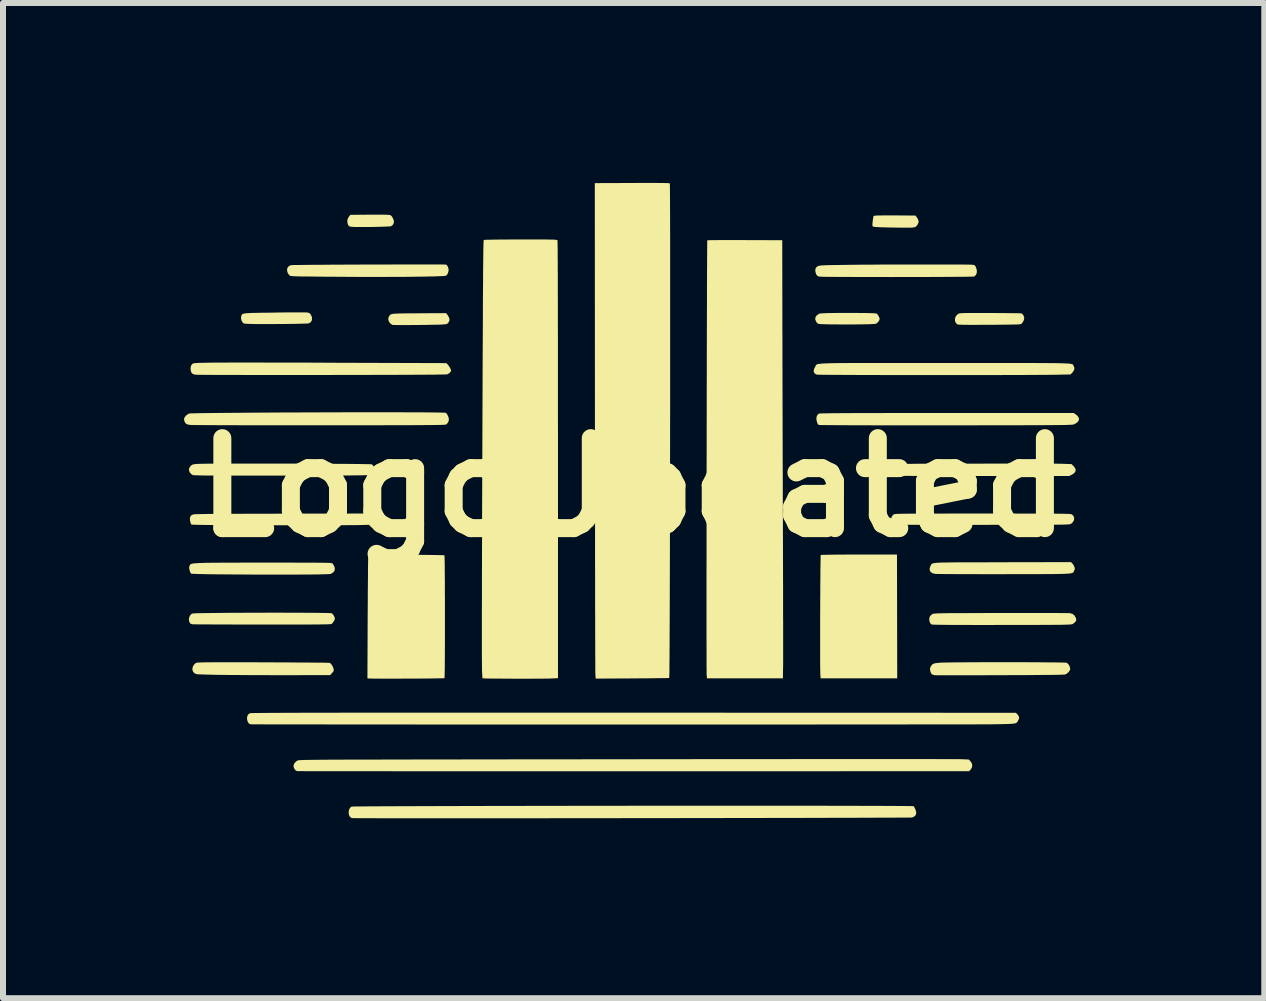
<source format=kicad_pcb>
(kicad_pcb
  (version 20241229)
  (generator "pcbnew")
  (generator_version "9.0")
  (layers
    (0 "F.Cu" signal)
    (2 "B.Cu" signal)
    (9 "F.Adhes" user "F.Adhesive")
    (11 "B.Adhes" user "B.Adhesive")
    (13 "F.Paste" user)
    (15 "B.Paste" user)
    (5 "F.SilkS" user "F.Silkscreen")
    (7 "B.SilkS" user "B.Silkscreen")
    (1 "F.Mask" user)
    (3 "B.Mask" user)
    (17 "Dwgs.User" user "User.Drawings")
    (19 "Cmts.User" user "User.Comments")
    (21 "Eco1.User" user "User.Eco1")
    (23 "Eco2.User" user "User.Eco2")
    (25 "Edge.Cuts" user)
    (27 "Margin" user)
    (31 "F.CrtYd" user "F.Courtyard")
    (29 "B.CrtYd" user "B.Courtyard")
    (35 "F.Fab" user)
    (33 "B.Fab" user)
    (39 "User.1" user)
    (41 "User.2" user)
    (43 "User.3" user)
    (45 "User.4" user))
  (footprint "LogoUpdated"
    (layer "F.Cu")
    (at 7.514 5.077)
    (property "Reference" "LogoUpdated" (at 0 0 0) (layer "F.SilkS") (effects (font (size 1.5 1.5) (thickness 0.3))))
    (attr board_only exclude_from_pos_files exclude_from_bom)
    (fp_poly (pts (xy -4.182 -4.548) (xy -4.137 -4.547) (xy -4.103 -4.546) (xy -4.078 -4.544) (xy -4.062 -4.542) (xy -4.053 -4.539) (xy -4.053 -4.539) (xy -4.035 -4.524) (xy -4.018 -4.498) (xy -4.004 -4.468) (xy -3.996 -4.44) (xy -3.996 -4.433) (xy -4.002 -4.399) (xy -4.02 -4.372) (xy -4.046 -4.355) (xy -4.047 -4.355) (xy -4.061 -4.353) (xy -4.09 -4.351) (xy -4.13 -4.349) (xy -4.18 -4.347) (xy -4.237 -4.346) (xy -4.299 -4.344) (xy -4.363 -4.343) (xy -4.428 -4.342) (xy -4.491 -4.342) (xy -4.55 -4.342) (xy -4.602 -4.342) (xy -4.646 -4.342) (xy -4.679 -4.344) (xy -4.694 -4.345) (xy -4.725 -4.349) (xy -4.744 -4.356) (xy -4.756 -4.37) (xy -4.766 -4.394) (xy -4.769 -4.404) (xy -4.774 -4.444) (xy -4.765 -4.484) (xy -4.742 -4.522) (xy -4.741 -4.523) (xy -4.722 -4.545) (xy -4.397 -4.548) (xy -4.311 -4.548) (xy -4.24 -4.548)) (stroke (width 0) (type solid)) (fill yes) (layer "F.SilkS"))
    (fp_poly (pts (xy 4.393 2.151) (xy 4.395 3.182) (xy 3.757 3.182) (xy 3.118 3.182) (xy 3.113 3.115) (xy 3.112 3.096) (xy 3.112 3.064) (xy 3.111 3.018) (xy 3.11 2.96) (xy 3.11 2.891) (xy 3.11 2.813) (xy 3.11 2.727) (xy 3.11 2.634) (xy 3.11 2.534) (xy 3.11 2.431) (xy 3.11 2.324) (xy 3.11 2.214) (xy 3.11 2.104) (xy 3.111 1.994) (xy 3.111 1.885) (xy 3.112 1.779) (xy 3.112 1.676) (xy 3.113 1.579) (xy 3.114 1.488) (xy 3.114 1.404) (xy 3.115 1.329) (xy 3.116 1.264) (xy 3.117 1.21) (xy 3.118 1.169) (xy 3.119 1.14) (xy 3.119 1.127) (xy 3.12 1.126) (xy 3.129 1.125) (xy 3.153 1.124) (xy 3.191 1.123) (xy 3.241 1.122) (xy 3.303 1.121) (xy 3.374 1.12) (xy 3.454 1.12) (xy 3.542 1.119) (xy 3.636 1.119) (xy 3.735 1.119) (xy 3.759 1.119) (xy 4.391 1.119)) (stroke (width 0) (type solid)) (fill yes) (layer "F.SilkS"))
    (fp_poly (pts (xy 4.361 -4.536) (xy 4.43 -4.535) (xy 4.697 -4.533) (xy 4.715 -4.513) (xy 4.73 -4.492) (xy 4.743 -4.465) (xy 4.745 -4.459) (xy 4.751 -4.438) (xy 4.751 -4.421) (xy 4.744 -4.403) (xy 4.737 -4.389) (xy 4.727 -4.372) (xy 4.717 -4.358) (xy 4.705 -4.348) (xy 4.688 -4.34) (xy 4.665 -4.335) (xy 4.634 -4.332) (xy 4.593 -4.331) (xy 4.539 -4.331) (xy 4.479 -4.331) (xy 4.413 -4.332) (xy 4.342 -4.333) (xy 4.271 -4.334) (xy 4.205 -4.336) (xy 4.149 -4.337) (xy 4.141 -4.337) (xy 4.079 -4.34) (xy 4.032 -4.343) (xy 4.002 -4.347) (xy 3.988 -4.351) (xy 3.987 -4.352) (xy 3.983 -4.361) (xy 3.981 -4.378) (xy 3.983 -4.406) (xy 3.986 -4.44) (xy 3.991 -4.475) (xy 3.996 -4.503) (xy 4 -4.521) (xy 4.002 -4.526) (xy 4.009 -4.529) (xy 4.025 -4.531) (xy 4.051 -4.533) (xy 4.088 -4.535) (xy 4.136 -4.535) (xy 4.197 -4.536) (xy 4.271 -4.536)) (stroke (width 0) (type solid)) (fill yes) (layer "F.SilkS"))
    (fp_poly (pts (xy -3.106 -2.881) (xy -3.089 -2.856) (xy -3.076 -2.827) (xy -3.075 -2.823) (xy -3.07 -2.799) (xy -3.072 -2.779) (xy -3.079 -2.763) (xy -3.094 -2.741) (xy -3.113 -2.726) (xy -3.115 -2.725) (xy -3.13 -2.722) (xy -3.16 -2.719) (xy -3.2 -2.716) (xy -3.248 -2.714) (xy -3.296 -2.713) (xy -3.382 -2.712) (xy -3.468 -2.71) (xy -3.554 -2.709) (xy -3.637 -2.708) (xy -3.716 -2.708) (xy -3.789 -2.707) (xy -3.855 -2.707) (xy -3.912 -2.707) (xy -3.958 -2.708) (xy -3.993 -2.708) (xy -4.013 -2.709) (xy -4.018 -2.71) (xy -4.047 -2.725) (xy -4.071 -2.751) (xy -4.086 -2.782) (xy -4.091 -2.806) (xy -4.089 -2.825) (xy -4.08 -2.846) (xy -4.075 -2.857) (xy -4.069 -2.867) (xy -4.062 -2.875) (xy -4.053 -2.882) (xy -4.04 -2.888) (xy -4.022 -2.892) (xy -3.997 -2.896) (xy -3.965 -2.898) (xy -3.924 -2.9) (xy -3.873 -2.901) (xy -3.81 -2.902) (xy -3.734 -2.903) (xy -3.644 -2.903) (xy -3.572 -2.904) (xy -3.127 -2.906)) (stroke (width 0) (type solid)) (fill yes) (layer "F.SilkS"))
    (fp_poly (pts (xy 3.676 -2.91) (xy 3.75 -2.909) (xy 3.82 -2.909) (xy 3.884 -2.908) (xy 3.941 -2.906) (xy 3.987 -2.905) (xy 4.023 -2.903) (xy 4.045 -2.901) (xy 4.051 -2.899) (xy 4.067 -2.884) (xy 4.083 -2.86) (xy 4.096 -2.833) (xy 4.102 -2.811) (xy 4.102 -2.81) (xy 4.095 -2.786) (xy 4.078 -2.76) (xy 4.056 -2.739) (xy 4.041 -2.73) (xy 4.027 -2.727) (xy 3.998 -2.725) (xy 3.957 -2.723) (xy 3.905 -2.721) (xy 3.844 -2.72) (xy 3.777 -2.719) (xy 3.704 -2.718) (xy 3.627 -2.717) (xy 3.549 -2.717) (xy 3.472 -2.717) (xy 3.396 -2.718) (xy 3.324 -2.718) (xy 3.258 -2.719) (xy 3.199 -2.721) (xy 3.15 -2.722) (xy 3.111 -2.724) (xy 3.086 -2.727) (xy 3.076 -2.729) (xy 3.056 -2.746) (xy 3.039 -2.773) (xy 3.029 -2.802) (xy 3.028 -2.817) (xy 3.035 -2.844) (xy 3.054 -2.869) (xy 3.082 -2.89) (xy 3.103 -2.899) (xy 3.119 -2.901) (xy 3.15 -2.903) (xy 3.192 -2.905) (xy 3.245 -2.907) (xy 3.306 -2.908) (xy 3.374 -2.909) (xy 3.446 -2.91) (xy 3.522 -2.91) (xy 3.599 -2.91)) (stroke (width 0) (type solid)) (fill yes) (layer "F.SilkS"))
    (fp_poly (pts (xy 5.778 -2.908) (xy 5.871 -2.908) (xy 5.945 -2.908) (xy 6.034 -2.908) (xy 6.119 -2.907) (xy 6.198 -2.907) (xy 6.27 -2.906) (xy 6.332 -2.905) (xy 6.385 -2.905) (xy 6.425 -2.904) (xy 6.453 -2.903) (xy 6.465 -2.902) (xy 6.466 -2.902) (xy 6.484 -2.89) (xy 6.499 -2.868) (xy 6.51 -2.841) (xy 6.512 -2.821) (xy 6.507 -2.793) (xy 6.493 -2.763) (xy 6.474 -2.737) (xy 6.459 -2.724) (xy 6.451 -2.722) (xy 6.435 -2.72) (xy 6.409 -2.718) (xy 6.373 -2.717) (xy 6.327 -2.716) (xy 6.268 -2.715) (xy 6.196 -2.714) (xy 6.111 -2.713) (xy 6.01 -2.712) (xy 5.925 -2.712) (xy 5.82 -2.712) (xy 5.73 -2.711) (xy 5.654 -2.711) (xy 5.591 -2.711) (xy 5.539 -2.712) (xy 5.497 -2.712) (xy 5.465 -2.713) (xy 5.44 -2.714) (xy 5.421 -2.715) (xy 5.408 -2.717) (xy 5.4 -2.719) (xy 5.394 -2.722) (xy 5.39 -2.724) (xy 5.367 -2.752) (xy 5.357 -2.785) (xy 5.359 -2.821) (xy 5.372 -2.855) (xy 5.397 -2.883) (xy 5.414 -2.895) (xy 5.42 -2.898) (xy 5.428 -2.9) (xy 5.439 -2.903) (xy 5.454 -2.904) (xy 5.474 -2.906) (xy 5.501 -2.907) (xy 5.535 -2.908) (xy 5.579 -2.908) (xy 5.633 -2.908) (xy 5.699 -2.908)) (stroke (width 0) (type solid)) (fill yes) (layer "F.SilkS"))
    (fp_poly (pts (xy -5.538 -2.919) (xy -5.494 -2.919) (xy -5.463 -2.918) (xy -5.447 -2.917) (xy -5.446 -2.917) (xy -5.42 -2.913) (xy -5.403 -2.905) (xy -5.389 -2.89) (xy -5.382 -2.88) (xy -5.365 -2.844) (xy -5.361 -2.808) (xy -5.369 -2.776) (xy -5.388 -2.751) (xy -5.418 -2.736) (xy -5.419 -2.735) (xy -5.433 -2.734) (xy -5.462 -2.732) (xy -5.503 -2.731) (xy -5.555 -2.73) (xy -5.616 -2.728) (xy -5.684 -2.727) (xy -5.758 -2.726) (xy -5.836 -2.725) (xy -5.916 -2.725) (xy -5.995 -2.724) (xy -6.073 -2.724) (xy -6.148 -2.724) (xy -6.217 -2.724) (xy -6.28 -2.724) (xy -6.333 -2.725) (xy -6.376 -2.726) (xy -6.391 -2.726) (xy -6.436 -2.728) (xy -6.468 -2.73) (xy -6.489 -2.732) (xy -6.502 -2.736) (xy -6.511 -2.742) (xy -6.518 -2.749) (xy -6.519 -2.751) (xy -6.54 -2.788) (xy -6.546 -2.829) (xy -6.542 -2.853) (xy -6.539 -2.864) (xy -6.536 -2.873) (xy -6.532 -2.881) (xy -6.525 -2.888) (xy -6.515 -2.893) (xy -6.499 -2.898) (xy -6.478 -2.902) (xy -6.449 -2.905) (xy -6.412 -2.907) (xy -6.366 -2.909) (xy -6.308 -2.91) (xy -6.239 -2.912) (xy -6.157 -2.913) (xy -6.06 -2.914) (xy -5.991 -2.915) (xy -5.901 -2.917) (xy -5.814 -2.918) (xy -5.733 -2.918) (xy -5.659 -2.919) (xy -5.594 -2.919)) (stroke (width 0) (type solid)) (fill yes) (layer "F.SilkS"))
    (fp_poly (pts (xy -6.688 2.915) (xy -6.569 2.915) (xy -6.435 2.915) (xy -6.286 2.915) (xy -6.169 2.916) (xy -6.037 2.916) (xy -5.909 2.917) (xy -5.787 2.917) (xy -5.671 2.918) (xy -5.562 2.919) (xy -5.462 2.919) (xy -5.37 2.92) (xy -5.289 2.921) (xy -5.219 2.921) (xy -5.161 2.922) (xy -5.116 2.923) (xy -5.084 2.924) (xy -5.068 2.925) (xy -5.066 2.925) (xy -5.049 2.937) (xy -5.031 2.96) (xy -5.015 2.989) (xy -5.004 3.018) (xy -5.001 3.029) (xy -4.999 3.047) (xy -5.002 3.062) (xy -5.014 3.078) (xy -5.028 3.094) (xy -5.061 3.129) (xy -5.784 3.13) (xy -5.902 3.13) (xy -6.023 3.13) (xy -6.146 3.129) (xy -6.268 3.129) (xy -6.387 3.129) (xy -6.501 3.128) (xy -6.607 3.127) (xy -6.704 3.127) (xy -6.79 3.126) (xy -6.862 3.125) (xy -6.881 3.125) (xy -6.959 3.124) (xy -7.032 3.122) (xy -7.1 3.121) (xy -7.16 3.119) (xy -7.21 3.117) (xy -7.25 3.116) (xy -7.276 3.114) (xy -7.286 3.113) (xy -7.319 3.099) (xy -7.344 3.074) (xy -7.356 3.042) (xy -7.357 3.029) (xy -7.35 2.991) (xy -7.332 2.957) (xy -7.306 2.932) (xy -7.288 2.923) (xy -7.28 2.922) (xy -7.268 2.92) (xy -7.249 2.919) (xy -7.224 2.918) (xy -7.191 2.917) (xy -7.15 2.916) (xy -7.1 2.916) (xy -7.04 2.915) (xy -6.97 2.915) (xy -6.888 2.915) (xy -6.795 2.915)) (stroke (width 0) (type solid)) (fill yes) (layer "F.SilkS"))
    (fp_poly (pts (xy -4.376 0.454) (xy -4.361 0.474) (xy -4.348 0.5) (xy -4.347 0.505) (xy -4.341 0.528) (xy -4.343 0.547) (xy -4.352 0.569) (xy -4.354 0.573) (xy -4.369 0.597) (xy -4.387 0.615) (xy -4.393 0.619) (xy -4.399 0.62) (xy -4.41 0.622) (xy -4.427 0.623) (xy -4.451 0.624) (xy -4.483 0.625) (xy -4.523 0.626) (xy -4.572 0.627) (xy -4.631 0.628) (xy -4.7 0.628) (xy -4.78 0.629) (xy -4.873 0.629) (xy -4.978 0.63) (xy -5.096 0.63) (xy -5.229 0.63) (xy -5.376 0.631) (xy -5.526 0.631) (xy -5.667 0.631) (xy -5.808 0.631) (xy -5.949 0.631) (xy -6.087 0.631) (xy -6.222 0.631) (xy -6.351 0.63) (xy -6.475 0.63) (xy -6.59 0.63) (xy -6.696 0.629) (xy -6.791 0.629) (xy -6.875 0.628) (xy -6.945 0.628) (xy -7 0.627) (xy -7.003 0.627) (xy -7.079 0.626) (xy -7.149 0.625) (xy -7.213 0.624) (xy -7.268 0.623) (xy -7.313 0.622) (xy -7.346 0.621) (xy -7.366 0.621) (xy -7.371 0.62) (xy -7.382 0.603) (xy -7.391 0.575) (xy -7.397 0.545) (xy -7.398 0.531) (xy -7.394 0.495) (xy -7.381 0.47) (xy -7.356 0.455) (xy -7.335 0.448) (xy -7.324 0.447) (xy -7.301 0.446) (xy -7.267 0.445) (xy -7.221 0.444) (xy -7.163 0.443) (xy -7.091 0.442) (xy -7.007 0.441) (xy -6.909 0.441) (xy -6.798 0.44) (xy -6.672 0.439) (xy -6.531 0.439) (xy -6.376 0.438) (xy -6.206 0.438) (xy -6.02 0.438) (xy -5.846 0.437) (xy -4.396 0.435)) (stroke (width 0) (type solid)) (fill yes) (layer "F.SilkS"))
    (fp_poly (pts (xy 7.317 1.27) (xy 7.335 1.295) (xy 7.349 1.324) (xy 7.35 1.328) (xy 7.356 1.352) (xy 7.353 1.37) (xy 7.344 1.389) (xy 7.341 1.397) (xy 7.338 1.404) (xy 7.334 1.41) (xy 7.33 1.416) (xy 7.324 1.421) (xy 7.315 1.425) (xy 7.303 1.429) (xy 7.287 1.432) (xy 7.265 1.435) (xy 7.238 1.437) (xy 7.204 1.439) (xy 7.163 1.441) (xy 7.113 1.442) (xy 7.055 1.443) (xy 6.986 1.444) (xy 6.907 1.444) (xy 6.817 1.445) (xy 6.714 1.445) (xy 6.598 1.445) (xy 6.468 1.445) (xy 6.323 1.445) (xy 6.173 1.446) (xy 6.04 1.446) (xy 5.91 1.446) (xy 5.786 1.446) (xy 5.668 1.445) (xy 5.556 1.445) (xy 5.452 1.445) (xy 5.358 1.445) (xy 5.273 1.444) (xy 5.199 1.444) (xy 5.137 1.443) (xy 5.088 1.443) (xy 5.053 1.442) (xy 5.032 1.442) (xy 5.028 1.441) (xy 4.986 1.431) (xy 4.955 1.412) (xy 4.938 1.385) (xy 4.935 1.352) (xy 4.947 1.315) (xy 4.949 1.31) (xy 4.954 1.302) (xy 4.957 1.294) (xy 4.96 1.287) (xy 4.964 1.281) (xy 4.969 1.276) (xy 4.977 1.271) (xy 4.988 1.267) (xy 5.003 1.263) (xy 5.022 1.26) (xy 5.047 1.257) (xy 5.078 1.255) (xy 5.116 1.253) (xy 5.162 1.252) (xy 5.216 1.251) (xy 5.281 1.25) (xy 5.355 1.249) (xy 5.44 1.249) (xy 5.538 1.248) (xy 5.647 1.248) (xy 5.771 1.248) (xy 5.908 1.248) (xy 6.061 1.247) (xy 6.155 1.247) (xy 7.293 1.245)) (stroke (width 0) (type solid)) (fill yes) (layer "F.SilkS"))
    (fp_poly (pts (xy 6.383 -0.398) (xy 6.508 -0.398) (xy 6.625 -0.397) (xy 6.733 -0.397) (xy 6.832 -0.397) (xy 6.919 -0.397) (xy 6.996 -0.396) (xy 7.059 -0.396) (xy 7.109 -0.395) (xy 7.144 -0.395) (xy 7.161 -0.394) (xy 7.302 -0.389) (xy 7.333 -0.357) (xy 7.36 -0.323) (xy 7.37 -0.292) (xy 7.365 -0.264) (xy 7.344 -0.237) (xy 7.307 -0.213) (xy 7.304 -0.212) (xy 7.264 -0.191) (xy 5.913 -0.191) (xy 5.763 -0.191) (xy 5.617 -0.191) (xy 5.475 -0.191) (xy 5.338 -0.191) (xy 5.207 -0.191) (xy 5.082 -0.191) (xy 4.966 -0.191) (xy 4.858 -0.192) (xy 4.761 -0.192) (xy 4.673 -0.192) (xy 4.598 -0.193) (xy 4.535 -0.193) (xy 4.486 -0.194) (xy 4.451 -0.194) (xy 4.435 -0.195) (xy 4.383 -0.197) (xy 4.345 -0.2) (xy 4.318 -0.204) (xy 4.299 -0.21) (xy 4.286 -0.219) (xy 4.276 -0.231) (xy 4.268 -0.245) (xy 4.257 -0.283) (xy 4.262 -0.322) (xy 4.272 -0.346) (xy 4.276 -0.352) (xy 4.279 -0.358) (xy 4.282 -0.363) (xy 4.285 -0.367) (xy 4.291 -0.372) (xy 4.298 -0.375) (xy 4.309 -0.379) (xy 4.323 -0.382) (xy 4.342 -0.384) (xy 4.366 -0.386) (xy 4.396 -0.388) (xy 4.433 -0.39) (xy 4.477 -0.391) (xy 4.529 -0.393) (xy 4.59 -0.393) (xy 4.661 -0.394) (xy 4.742 -0.395) (xy 4.834 -0.395) (xy 4.938 -0.396) (xy 5.055 -0.396) (xy 5.185 -0.396) (xy 5.328 -0.397) (xy 5.487 -0.397) (xy 5.661 -0.397) (xy 5.677 -0.397) (xy 5.826 -0.397) (xy 5.972 -0.398) (xy 6.114 -0.398) (xy 6.251 -0.398)) (stroke (width 0) (type solid)) (fill yes) (layer "F.SilkS"))
    (fp_poly (pts (xy -5.868 2.088) (xy -5.754 2.089) (xy -5.645 2.089) (xy -5.541 2.089) (xy -5.443 2.09) (xy -5.353 2.09) (xy -5.272 2.091) (xy -5.2 2.092) (xy -5.14 2.093) (xy -5.092 2.094) (xy -5.057 2.096) (xy -5.037 2.097) (xy -5.032 2.098) (xy -5.015 2.113) (xy -4.999 2.137) (xy -4.986 2.164) (xy -4.981 2.186) (xy -4.981 2.187) (xy -4.986 2.208) (xy -5 2.234) (xy -5.018 2.259) (xy -5.035 2.275) (xy -5.038 2.276) (xy -5.044 2.278) (xy -5.056 2.279) (xy -5.076 2.28) (xy -5.103 2.282) (xy -5.138 2.282) (xy -5.183 2.283) (xy -5.237 2.284) (xy -5.302 2.284) (xy -5.378 2.285) (xy -5.466 2.285) (xy -5.566 2.285) (xy -5.68 2.286) (xy -5.807 2.286) (xy -5.949 2.286) (xy -6.106 2.286) (xy -6.197 2.285) (xy -6.333 2.285) (xy -6.464 2.285) (xy -6.59 2.285) (xy -6.709 2.285) (xy -6.822 2.284) (xy -6.927 2.284) (xy -7.023 2.284) (xy -7.108 2.283) (xy -7.183 2.283) (xy -7.246 2.283) (xy -7.297 2.282) (xy -7.333 2.282) (xy -7.355 2.281) (xy -7.362 2.281) (xy -7.387 2.271) (xy -7.404 2.25) (xy -7.413 2.222) (xy -7.414 2.191) (xy -7.407 2.16) (xy -7.393 2.131) (xy -7.372 2.11) (xy -7.355 2.102) (xy -7.342 2.1) (xy -7.314 2.099) (xy -7.273 2.097) (xy -7.218 2.096) (xy -7.152 2.095) (xy -7.076 2.094) (xy -6.99 2.093) (xy -6.896 2.092) (xy -6.795 2.091) (xy -6.688 2.09) (xy -6.576 2.09) (xy -6.461 2.089) (xy -6.343 2.089) (xy -6.224 2.089) (xy -6.104 2.088) (xy -5.985 2.088)) (stroke (width 0) (type solid)) (fill yes) (layer "F.SilkS"))
    (fp_poly (pts (xy -3.424 -3.718) (xy -3.345 -3.718) (xy -3.277 -3.718) (xy -3.22 -3.718) (xy -3.176 -3.717) (xy -3.147 -3.717) (xy -3.132 -3.716) (xy -3.13 -3.716) (xy -3.113 -3.705) (xy -3.098 -3.682) (xy -3.088 -3.653) (xy -3.084 -3.626) (xy -3.089 -3.594) (xy -3.101 -3.562) (xy -3.117 -3.539) (xy -3.127 -3.531) (xy -3.141 -3.528) (xy -3.169 -3.525) (xy -3.213 -3.523) (xy -3.27 -3.521) (xy -3.34 -3.518) (xy -3.422 -3.517) (xy -3.515 -3.515) (xy -3.619 -3.514) (xy -3.732 -3.512) (xy -3.853 -3.511) (xy -3.983 -3.511) (xy -4.119 -3.51) (xy -4.262 -3.51) (xy -4.41 -3.51) (xy -4.562 -3.51) (xy -4.718 -3.511) (xy -4.876 -3.512) (xy -5.037 -3.513) (xy -5.198 -3.514) (xy -5.332 -3.516) (xy -5.421 -3.517) (xy -5.496 -3.518) (xy -5.557 -3.518) (xy -5.607 -3.519) (xy -5.645 -3.521) (xy -5.675 -3.522) (xy -5.697 -3.524) (xy -5.712 -3.525) (xy -5.723 -3.528) (xy -5.73 -3.531) (xy -5.735 -3.534) (xy -5.738 -3.536) (xy -5.765 -3.571) (xy -5.777 -3.613) (xy -5.778 -3.63) (xy -5.771 -3.663) (xy -5.75 -3.689) (xy -5.718 -3.704) (xy -5.707 -3.707) (xy -5.695 -3.707) (xy -5.669 -3.708) (xy -5.628 -3.709) (xy -5.574 -3.709) (xy -5.508 -3.71) (xy -5.432 -3.711) (xy -5.346 -3.712) (xy -5.251 -3.712) (xy -5.148 -3.713) (xy -5.039 -3.714) (xy -4.924 -3.714) (xy -4.805 -3.715) (xy -4.683 -3.715) (xy -4.558 -3.716) (xy -4.433 -3.716) (xy -4.307 -3.717) (xy -4.182 -3.717) (xy -4.059 -3.717) (xy -3.939 -3.718) (xy -3.823 -3.718) (xy -3.713 -3.718) (xy -3.609 -3.718) (xy -3.512 -3.718)) (stroke (width 0) (type solid)) (fill yes) (layer "F.SilkS"))
    (fp_poly (pts (xy 6.226 2.914) (xy 6.339 2.914) (xy 6.451 2.914) (xy 6.559 2.914) (xy 6.664 2.915) (xy 6.763 2.915) (xy 6.855 2.916) (xy 6.94 2.917) (xy 7.016 2.917) (xy 7.081 2.918) (xy 7.135 2.919) (xy 7.177 2.92) (xy 7.204 2.921) (xy 7.217 2.922) (xy 7.217 2.922) (xy 7.239 2.937) (xy 7.259 2.962) (xy 7.273 2.992) (xy 7.279 3.022) (xy 7.276 3.043) (xy 7.256 3.074) (xy 7.226 3.102) (xy 7.198 3.117) (xy 7.19 3.119) (xy 7.172 3.12) (xy 7.144 3.121) (xy 7.106 3.123) (xy 7.056 3.124) (xy 6.995 3.125) (xy 6.922 3.126) (xy 6.836 3.126) (xy 6.737 3.127) (xy 6.624 3.128) (xy 6.497 3.129) (xy 6.355 3.129) (xy 6.197 3.13) (xy 6.1 3.13) (xy 5.969 3.13) (xy 5.842 3.131) (xy 5.721 3.131) (xy 5.606 3.131) (xy 5.499 3.131) (xy 5.4 3.131) (xy 5.31 3.131) (xy 5.23 3.131) (xy 5.162 3.131) (xy 5.105 3.131) (xy 5.062 3.131) (xy 5.033 3.13) (xy 5.019 3.13) (xy 5.017 3.13) (xy 5.004 3.126) (xy 4.988 3.122) (xy 4.97 3.112) (xy 4.956 3.091) (xy 4.953 3.084) (xy 4.942 3.045) (xy 4.943 3.011) (xy 4.956 2.981) (xy 4.969 2.962) (xy 4.984 2.948) (xy 5.002 2.938) (xy 5.028 2.931) (xy 5.063 2.926) (xy 5.111 2.922) (xy 5.129 2.921) (xy 5.158 2.92) (xy 5.199 2.919) (xy 5.254 2.918) (xy 5.32 2.917) (xy 5.396 2.916) (xy 5.481 2.916) (xy 5.573 2.915) (xy 5.673 2.915) (xy 5.777 2.914) (xy 5.886 2.914) (xy 5.998 2.914) (xy 6.112 2.914)) (stroke (width 0) (type solid)) (fill yes) (layer "F.SilkS"))
    (fp_poly (pts (xy -5.98 1.253) (xy -5.839 1.253) (xy -5.713 1.253) (xy -5.6 1.254) (xy -5.501 1.254) (xy -5.413 1.254) (xy -5.337 1.254) (xy -5.272 1.255) (xy -5.216 1.255) (xy -5.17 1.256) (xy -5.131 1.256) (xy -5.1 1.257) (xy -5.075 1.258) (xy -5.056 1.259) (xy -5.042 1.261) (xy -5.033 1.262) (xy -5.026 1.264) (xy -5.022 1.266) (xy -5.02 1.268) (xy -4.998 1.3) (xy -4.984 1.336) (xy -4.981 1.361) (xy -4.988 1.39) (xy -5.01 1.417) (xy -5.042 1.438) (xy -5.05 1.442) (xy -5.062 1.444) (xy -5.09 1.445) (xy -5.133 1.447) (xy -5.189 1.448) (xy -5.257 1.45) (xy -5.337 1.451) (xy -5.428 1.452) (xy -5.528 1.452) (xy -5.638 1.453) (xy -5.755 1.453) (xy -5.879 1.453) (xy -6.009 1.453) (xy -6.145 1.453) (xy -6.285 1.453) (xy -6.427 1.452) (xy -6.573 1.451) (xy -6.719 1.45) (xy -6.867 1.449) (xy -6.875 1.449) (xy -6.985 1.448) (xy -7.082 1.447) (xy -7.167 1.445) (xy -7.239 1.444) (xy -7.296 1.442) (xy -7.339 1.44) (xy -7.367 1.439) (xy -7.38 1.437) (xy -7.38 1.436) (xy -7.387 1.424) (xy -7.396 1.403) (xy -7.401 1.389) (xy -7.41 1.35) (xy -7.408 1.316) (xy -7.396 1.29) (xy -7.387 1.282) (xy -7.38 1.278) (xy -7.371 1.274) (xy -7.36 1.271) (xy -7.345 1.268) (xy -7.326 1.266) (xy -7.303 1.264) (xy -7.273 1.262) (xy -7.237 1.26) (xy -7.194 1.259) (xy -7.143 1.257) (xy -7.083 1.256) (xy -7.013 1.255) (xy -6.932 1.255) (xy -6.84 1.254) (xy -6.737 1.254) (xy -6.62 1.254) (xy -6.49 1.253) (xy -6.345 1.253) (xy -6.185 1.253) (xy -6.137 1.253)) (stroke (width 0) (type solid)) (fill yes) (layer "F.SilkS"))
    (fp_poly (pts (xy -6.284 -2.083) (xy -6.133 -2.082) (xy -5.968 -2.082) (xy -5.789 -2.082) (xy -5.596 -2.081) (xy -5.388 -2.081) (xy -5.165 -2.08) (xy -5.034 -2.079) (xy -3.122 -2.073) (xy -3.098 -2.048) (xy -3.078 -2.022) (xy -3.06 -1.992) (xy -3.047 -1.965) (xy -3.044 -1.947) (xy -3.051 -1.928) (xy -3.07 -1.908) (xy -3.096 -1.891) (xy -3.105 -1.887) (xy -3.111 -1.886) (xy -3.124 -1.885) (xy -3.145 -1.884) (xy -3.173 -1.883) (xy -3.21 -1.883) (xy -3.256 -1.882) (xy -3.312 -1.881) (xy -3.377 -1.88) (xy -3.452 -1.88) (xy -3.539 -1.879) (xy -3.637 -1.879) (xy -3.746 -1.878) (xy -3.868 -1.878) (xy -4.003 -1.877) (xy -4.15 -1.877) (xy -4.312 -1.877) (xy -4.488 -1.876) (xy -4.678 -1.876) (xy -4.884 -1.876) (xy -5.105 -1.875) (xy -5.184 -1.875) (xy -5.367 -1.875) (xy -5.545 -1.875) (xy -5.719 -1.875) (xy -5.888 -1.875) (xy -6.05 -1.875) (xy -6.206 -1.875) (xy -6.355 -1.875) (xy -6.495 -1.875) (xy -6.626 -1.876) (xy -6.748 -1.876) (xy -6.86 -1.876) (xy -6.96 -1.876) (xy -7.049 -1.877) (xy -7.125 -1.877) (xy -7.188 -1.878) (xy -7.238 -1.878) (xy -7.272 -1.879) (xy -7.292 -1.879) (xy -7.295 -1.879) (xy -7.334 -1.886) (xy -7.359 -1.899) (xy -7.375 -1.919) (xy -7.384 -1.951) (xy -7.386 -1.962) (xy -7.386 -2.001) (xy -7.377 -2.034) (xy -7.359 -2.058) (xy -7.344 -2.067) (xy -7.337 -2.069) (xy -7.325 -2.071) (xy -7.309 -2.073) (xy -7.288 -2.074) (xy -7.26 -2.076) (xy -7.227 -2.077) (xy -7.186 -2.078) (xy -7.138 -2.079) (xy -7.082 -2.08) (xy -7.018 -2.081) (xy -6.944 -2.081) (xy -6.861 -2.082) (xy -6.768 -2.082) (xy -6.664 -2.083) (xy -6.55 -2.083) (xy -6.423 -2.083)) (stroke (width 0) (type solid)) (fill yes) (layer "F.SilkS"))
    (fp_poly (pts (xy 5.048 -3.717) (xy 5.153 -3.717) (xy 5.25 -3.717) (xy 5.34 -3.717) (xy 5.421 -3.716) (xy 5.491 -3.716) (xy 5.55 -3.715) (xy 5.596 -3.715) (xy 5.629 -3.714) (xy 5.646 -3.713) (xy 5.671 -3.71) (xy 5.686 -3.704) (xy 5.697 -3.691) (xy 5.707 -3.672) (xy 5.721 -3.628) (xy 5.723 -3.588) (xy 5.713 -3.553) (xy 5.691 -3.526) (xy 5.674 -3.516) (xy 5.664 -3.515) (xy 5.639 -3.515) (xy 5.6 -3.514) (xy 5.547 -3.513) (xy 5.483 -3.512) (xy 5.408 -3.512) (xy 5.322 -3.511) (xy 5.228 -3.511) (xy 5.127 -3.51) (xy 5.018 -3.51) (xy 4.904 -3.509) (xy 4.786 -3.509) (xy 4.664 -3.509) (xy 4.539 -3.509) (xy 4.414 -3.509) (xy 4.288 -3.508) (xy 4.163 -3.509) (xy 4.039 -3.509) (xy 3.919 -3.509) (xy 3.803 -3.509) (xy 3.691 -3.509) (xy 3.586 -3.51) (xy 3.489 -3.51) (xy 3.399 -3.51) (xy 3.319 -3.511) (xy 3.249 -3.511) (xy 3.191 -3.512) (xy 3.145 -3.513) (xy 3.113 -3.514) (xy 3.096 -3.515) (xy 3.093 -3.515) (xy 3.064 -3.528) (xy 3.043 -3.555) (xy 3.031 -3.595) (xy 3.03 -3.6) (xy 3.03 -3.637) (xy 3.04 -3.664) (xy 3.063 -3.684) (xy 3.08 -3.692) (xy 3.088 -3.695) (xy 3.098 -3.697) (xy 3.112 -3.699) (xy 3.131 -3.701) (xy 3.156 -3.703) (xy 3.188 -3.704) (xy 3.228 -3.706) (xy 3.279 -3.707) (xy 3.34 -3.708) (xy 3.414 -3.709) (xy 3.501 -3.71) (xy 3.602 -3.712) (xy 3.638 -3.712) (xy 3.719 -3.713) (xy 3.808 -3.714) (xy 3.906 -3.714) (xy 4.01 -3.715) (xy 4.12 -3.716) (xy 4.234 -3.716) (xy 4.351 -3.716) (xy 4.47 -3.717) (xy 4.589 -3.717) (xy 4.708 -3.717) (xy 4.825 -3.717) (xy 4.939 -3.717)) (stroke (width 0) (type solid)) (fill yes) (layer "F.SilkS"))
    (fp_poly (pts (xy 7.371 -1.219) (xy 7.399 -1.195) (xy 7.418 -1.167) (xy 7.426 -1.14) (xy 7.423 -1.122) (xy 7.404 -1.092) (xy 7.371 -1.067) (xy 7.341 -1.052) (xy 7.336 -1.051) (xy 7.331 -1.049) (xy 7.323 -1.048) (xy 7.314 -1.047) (xy 7.301 -1.046) (xy 7.284 -1.045) (xy 7.264 -1.044) (xy 7.238 -1.043) (xy 7.208 -1.042) (xy 7.171 -1.041) (xy 7.127 -1.041) (xy 7.077 -1.04) (xy 7.019 -1.04) (xy 6.952 -1.039) (xy 6.877 -1.039) (xy 6.792 -1.038) (xy 6.697 -1.038) (xy 6.591 -1.038) (xy 6.473 -1.037) (xy 6.344 -1.037) (xy 6.203 -1.037) (xy 6.048 -1.037) (xy 5.88 -1.037) (xy 5.697 -1.036) (xy 5.5 -1.036) (xy 5.287 -1.036) (xy 5.205 -1.036) (xy 5.012 -1.036) (xy 4.825 -1.036) (xy 4.644 -1.036) (xy 4.47 -1.036) (xy 4.303 -1.036) (xy 4.145 -1.036) (xy 3.994 -1.036) (xy 3.853 -1.037) (xy 3.722 -1.037) (xy 3.602 -1.037) (xy 3.492 -1.038) (xy 3.394 -1.038) (xy 3.309 -1.039) (xy 3.236 -1.039) (xy 3.177 -1.04) (xy 3.133 -1.04) (xy 3.103 -1.041) (xy 3.089 -1.041) (xy 3.087 -1.042) (xy 3.072 -1.055) (xy 3.059 -1.083) (xy 3.049 -1.127) (xy 3.048 -1.132) (xy 3.048 -1.166) (xy 3.058 -1.198) (xy 3.077 -1.222) (xy 3.09 -1.231) (xy 3.096 -1.232) (xy 3.108 -1.233) (xy 3.126 -1.234) (xy 3.152 -1.235) (xy 3.186 -1.236) (xy 3.228 -1.236) (xy 3.278 -1.237) (xy 3.338 -1.238) (xy 3.408 -1.238) (xy 3.488 -1.239) (xy 3.578 -1.239) (xy 3.68 -1.24) (xy 3.794 -1.24) (xy 3.92 -1.24) (xy 4.059 -1.24) (xy 4.21 -1.241) (xy 4.376 -1.241) (xy 4.556 -1.241) (xy 4.75 -1.241) (xy 4.96 -1.241) (xy 5.185 -1.241) (xy 5.225 -1.241) (xy 7.338 -1.241)) (stroke (width 0) (type solid)) (fill yes) (layer "F.SilkS"))
    (fp_poly (pts (xy 6.74 2.093) (xy 6.845 2.093) (xy 6.94 2.093) (xy 7.025 2.093) (xy 7.1 2.094) (xy 7.163 2.094) (xy 7.213 2.095) (xy 7.249 2.095) (xy 7.27 2.096) (xy 7.275 2.096) (xy 7.317 2.108) (xy 7.348 2.132) (xy 7.37 2.169) (xy 7.375 2.182) (xy 7.38 2.205) (xy 7.378 2.22) (xy 7.368 2.236) (xy 7.349 2.256) (xy 7.326 2.273) (xy 7.324 2.275) (xy 7.32 2.277) (xy 7.315 2.279) (xy 7.309 2.281) (xy 7.3 2.282) (xy 7.289 2.284) (xy 7.273 2.285) (xy 7.253 2.286) (xy 7.228 2.287) (xy 7.196 2.288) (xy 7.156 2.289) (xy 7.109 2.29) (xy 7.054 2.29) (xy 6.988 2.291) (xy 6.913 2.291) (xy 6.826 2.291) (xy 6.727 2.292) (xy 6.616 2.292) (xy 6.49 2.292) (xy 6.351 2.292) (xy 6.196 2.292) (xy 6.145 2.292) (xy 5.969 2.293) (xy 5.807 2.293) (xy 5.658 2.293) (xy 5.523 2.292) (xy 5.402 2.292) (xy 5.296 2.292) (xy 5.204 2.291) (xy 5.127 2.29) (xy 5.065 2.289) (xy 5.018 2.288) (xy 4.987 2.287) (xy 4.972 2.286) (xy 4.971 2.286) (xy 4.951 2.27) (xy 4.936 2.244) (xy 4.929 2.212) (xy 4.93 2.179) (xy 4.94 2.149) (xy 4.942 2.146) (xy 4.96 2.127) (xy 4.982 2.111) (xy 4.983 2.11) (xy 4.987 2.108) (xy 4.993 2.106) (xy 5.001 2.105) (xy 5.013 2.103) (xy 5.028 2.102) (xy 5.049 2.101) (xy 5.075 2.099) (xy 5.107 2.099) (xy 5.147 2.098) (xy 5.194 2.097) (xy 5.251 2.096) (xy 5.317 2.096) (xy 5.394 2.095) (xy 5.483 2.095) (xy 5.583 2.095) (xy 5.697 2.094) (xy 5.824 2.094) (xy 5.966 2.093) (xy 6.12 2.093) (xy 6.254 2.093) (xy 6.384 2.093) (xy 6.509 2.093) (xy 6.628 2.093)) (stroke (width 0) (type solid)) (fill yes) (layer "F.SilkS"))
    (fp_poly (pts (xy -4.022 1.121) (xy -3.937 1.121) (xy -3.85 1.121) (xy -3.762 1.122) (xy -3.674 1.122) (xy -3.588 1.123) (xy -3.506 1.124) (xy -3.429 1.125) (xy -3.358 1.126) (xy -3.295 1.127) (xy -3.242 1.128) (xy -3.2 1.129) (xy -3.171 1.13) (xy -3.155 1.132) (xy -3.154 1.132) (xy -3.153 1.141) (xy -3.152 1.165) (xy -3.151 1.203) (xy -3.15 1.254) (xy -3.149 1.316) (xy -3.149 1.389) (xy -3.148 1.47) (xy -3.147 1.56) (xy -3.147 1.656) (xy -3.147 1.758) (xy -3.146 1.864) (xy -3.146 1.973) (xy -3.146 2.084) (xy -3.146 2.196) (xy -3.146 2.308) (xy -3.146 2.418) (xy -3.146 2.525) (xy -3.146 2.628) (xy -3.147 2.726) (xy -3.147 2.818) (xy -3.148 2.902) (xy -3.148 2.977) (xy -3.149 3.042) (xy -3.15 3.096) (xy -3.151 3.138) (xy -3.152 3.166) (xy -3.153 3.179) (xy -3.153 3.18) (xy -3.162 3.181) (xy -3.185 3.182) (xy -3.222 3.183) (xy -3.271 3.183) (xy -3.329 3.184) (xy -3.397 3.185) (xy -3.471 3.186) (xy -3.552 3.186) (xy -3.636 3.187) (xy -3.723 3.187) (xy -3.811 3.187) (xy -3.899 3.188) (xy -3.984 3.188) (xy -4.067 3.188) (xy -4.144 3.188) (xy -4.214 3.188) (xy -4.277 3.187) (xy -4.33 3.187) (xy -4.372 3.186) (xy -4.402 3.186) (xy -4.417 3.185) (xy -4.418 3.185) (xy -4.438 3.181) (xy -4.434 2.156) (xy -4.433 2.028) (xy -4.432 1.905) (xy -4.432 1.787) (xy -4.431 1.675) (xy -4.43 1.571) (xy -4.429 1.476) (xy -4.429 1.39) (xy -4.428 1.314) (xy -4.427 1.249) (xy -4.426 1.197) (xy -4.425 1.159) (xy -4.424 1.134) (xy -4.424 1.125) (xy -4.424 1.125) (xy -4.414 1.124) (xy -4.39 1.123) (xy -4.353 1.122) (xy -4.304 1.121) (xy -4.245 1.121) (xy -4.177 1.121) (xy -4.103 1.121)) (stroke (width 0) (type solid)) (fill yes) (layer "F.SilkS"))
    (fp_poly (pts (xy -6.162 -0.398) (xy -6.03 -0.398) (xy -5.897 -0.398) (xy -5.763 -0.398) (xy -5.629 -0.397) (xy -5.497 -0.397) (xy -5.368 -0.396) (xy -5.242 -0.396) (xy -5.12 -0.395) (xy -5.004 -0.394) (xy -4.894 -0.393) (xy -4.792 -0.393) (xy -4.698 -0.392) (xy -4.614 -0.391) (xy -4.541 -0.39) (xy -4.478 -0.389) (xy -4.429 -0.388) (xy -4.393 -0.387) (xy -4.371 -0.386) (xy -4.365 -0.385) (xy -4.346 -0.368) (xy -4.328 -0.343) (xy -4.316 -0.317) (xy -4.313 -0.301) (xy -4.32 -0.274) (xy -4.337 -0.246) (xy -4.361 -0.223) (xy -4.378 -0.213) (xy -4.382 -0.211) (xy -4.389 -0.21) (xy -4.399 -0.208) (xy -4.412 -0.207) (xy -4.429 -0.206) (xy -4.451 -0.205) (xy -4.479 -0.204) (xy -4.514 -0.203) (xy -4.555 -0.202) (xy -4.604 -0.202) (xy -4.662 -0.201) (xy -4.729 -0.2) (xy -4.805 -0.2) (xy -4.893 -0.2) (xy -4.991 -0.199) (xy -5.102 -0.199) (xy -5.225 -0.199) (xy -5.362 -0.198) (xy -5.513 -0.198) (xy -5.679 -0.198) (xy -5.86 -0.198) (xy -5.864 -0.198) (xy -6.054 -0.198) (xy -6.229 -0.197) (xy -6.389 -0.197) (xy -6.534 -0.197) (xy -6.666 -0.198) (xy -6.783 -0.198) (xy -6.888 -0.198) (xy -6.981 -0.198) (xy -7.061 -0.199) (xy -7.131 -0.199) (xy -7.189 -0.2) (xy -7.238 -0.201) (xy -7.277 -0.202) (xy -7.307 -0.203) (xy -7.329 -0.204) (xy -7.343 -0.205) (xy -7.349 -0.206) (xy -7.377 -0.224) (xy -7.4 -0.252) (xy -7.413 -0.285) (xy -7.414 -0.298) (xy -7.409 -0.324) (xy -7.391 -0.35) (xy -7.387 -0.355) (xy -7.374 -0.368) (xy -7.362 -0.377) (xy -7.348 -0.383) (xy -7.326 -0.387) (xy -7.294 -0.391) (xy -7.277 -0.392) (xy -7.257 -0.393) (xy -7.222 -0.394) (xy -7.174 -0.395) (xy -7.113 -0.396) (xy -7.04 -0.396) (xy -6.957 -0.397) (xy -6.864 -0.397) (xy -6.762 -0.398) (xy -6.653 -0.398) (xy -6.538 -0.398) (xy -6.417 -0.398) (xy -6.291 -0.398)) (stroke (width 0) (type solid)) (fill yes) (layer "F.SilkS"))
    (fp_poly (pts (xy 6 0.435) (xy 6.166 0.435) (xy 6.317 0.435) (xy 6.453 0.436) (xy 6.577 0.436) (xy 6.687 0.436) (xy 6.786 0.436) (xy 6.873 0.436) (xy 6.95 0.437) (xy 7.017 0.437) (xy 7.074 0.438) (xy 7.123 0.438) (xy 7.165 0.439) (xy 7.199 0.44) (xy 7.227 0.44) (xy 7.25 0.441) (xy 7.267 0.442) (xy 7.281 0.444) (xy 7.291 0.445) (xy 7.298 0.447) (xy 7.303 0.448) (xy 7.306 0.45) (xy 7.331 0.472) (xy 7.344 0.502) (xy 7.344 0.536) (xy 7.336 0.558) (xy 7.319 0.583) (xy 7.296 0.604) (xy 7.292 0.606) (xy 7.288 0.608) (xy 7.284 0.61) (xy 7.279 0.612) (xy 7.271 0.613) (xy 7.261 0.615) (xy 7.248 0.616) (xy 7.23 0.617) (xy 7.208 0.618) (xy 7.18 0.619) (xy 7.146 0.62) (xy 7.105 0.62) (xy 7.057 0.621) (xy 7 0.621) (xy 6.933 0.622) (xy 6.857 0.622) (xy 6.771 0.622) (xy 6.673 0.623) (xy 6.563 0.623) (xy 6.441 0.623) (xy 6.305 0.623) (xy 6.155 0.623) (xy 5.99 0.623) (xy 5.811 0.624) (xy 5.658 0.624) (xy 5.51 0.624) (xy 5.366 0.624) (xy 5.229 0.624) (xy 5.098 0.624) (xy 4.975 0.624) (xy 4.86 0.623) (xy 4.754 0.623) (xy 4.659 0.623) (xy 4.574 0.623) (xy 4.502 0.623) (xy 4.441 0.622) (xy 4.394 0.622) (xy 4.362 0.622) (xy 4.344 0.621) (xy 4.341 0.621) (xy 4.326 0.61) (xy 4.31 0.586) (xy 4.296 0.551) (xy 4.293 0.54) (xy 4.293 0.515) (xy 4.304 0.487) (xy 4.321 0.462) (xy 4.335 0.45) (xy 4.338 0.448) (xy 4.342 0.447) (xy 4.349 0.445) (xy 4.358 0.444) (xy 4.37 0.443) (xy 4.386 0.441) (xy 4.407 0.44) (xy 4.434 0.44) (xy 4.467 0.439) (xy 4.506 0.438) (xy 4.553 0.438) (xy 4.609 0.437) (xy 4.673 0.437) (xy 4.747 0.436) (xy 4.832 0.436) (xy 4.927 0.436) (xy 5.035 0.436) (xy 5.155 0.436) (xy 5.288 0.435) (xy 5.435 0.435) (xy 5.597 0.435) (xy 5.775 0.435) (xy 5.819 0.435)) (stroke (width 0) (type solid)) (fill yes) (layer "F.SilkS"))
    (fp_poly (pts (xy -4.104 -1.253) (xy -3.969 -1.253) (xy -3.841 -1.253) (xy -3.721 -1.252) (xy -3.609 -1.252) (xy -3.507 -1.252) (xy -3.416 -1.251) (xy -3.336 -1.25) (xy -3.268 -1.249) (xy -3.213 -1.248) (xy -3.171 -1.247) (xy -3.144 -1.246) (xy -3.133 -1.245) (xy -3.133 -1.245) (xy -3.117 -1.23) (xy -3.101 -1.205) (xy -3.088 -1.174) (xy -3.081 -1.15) (xy -3.081 -1.119) (xy -3.093 -1.086) (xy -3.114 -1.059) (xy -3.124 -1.051) (xy -3.127 -1.05) (xy -3.132 -1.049) (xy -3.139 -1.047) (xy -3.149 -1.046) (xy -3.163 -1.045) (xy -3.18 -1.044) (xy -3.203 -1.043) (xy -3.231 -1.042) (xy -3.264 -1.042) (xy -3.305 -1.041) (xy -3.352 -1.041) (xy -3.407 -1.04) (xy -3.47 -1.04) (xy -3.542 -1.039) (xy -3.624 -1.039) (xy -3.715 -1.038) (xy -3.817 -1.038) (xy -3.931 -1.038) (xy -4.056 -1.038) (xy -4.193 -1.037) (xy -4.344 -1.037) (xy -4.508 -1.037) (xy -4.686 -1.037) (xy -4.879 -1.037) (xy -5.087 -1.037) (xy -5.229 -1.037) (xy -5.412 -1.037) (xy -5.593 -1.037) (xy -5.768 -1.037) (xy -5.938 -1.037) (xy -6.103 -1.037) (xy -6.26 -1.037) (xy -6.411 -1.037) (xy -6.553 -1.037) (xy -6.686 -1.038) (xy -6.81 -1.038) (xy -6.924 -1.038) (xy -7.027 -1.039) (xy -7.118 -1.039) (xy -7.197 -1.04) (xy -7.262 -1.04) (xy -7.314 -1.04) (xy -7.352 -1.041) (xy -7.374 -1.041) (xy -7.379 -1.042) (xy -7.419 -1.046) (xy -7.445 -1.053) (xy -7.464 -1.064) (xy -7.477 -1.08) (xy -7.484 -1.092) (xy -7.495 -1.126) (xy -7.492 -1.158) (xy -7.472 -1.188) (xy -7.464 -1.197) (xy -7.441 -1.215) (xy -7.419 -1.229) (xy -7.409 -1.232) (xy -7.395 -1.234) (xy -7.367 -1.235) (xy -7.323 -1.236) (xy -7.266 -1.238) (xy -7.197 -1.239) (xy -7.115 -1.24) (xy -7.022 -1.241) (xy -6.919 -1.242) (xy -6.807 -1.243) (xy -6.685 -1.244) (xy -6.556 -1.245) (xy -6.42 -1.246) (xy -6.278 -1.247) (xy -6.131 -1.248) (xy -5.979 -1.249) (xy -5.823 -1.25) (xy -5.664 -1.25) (xy -5.504 -1.251) (xy -5.342 -1.251) (xy -5.18 -1.252) (xy -5.018 -1.252) (xy -4.858 -1.253) (xy -4.699 -1.253) (xy -4.544 -1.253) (xy -4.392 -1.253) (xy -4.246 -1.253)) (stroke (width 0) (type solid)) (fill yes) (layer "F.SilkS"))
    (fp_poly (pts (xy 0.367 -5.077) (xy 0.431 -5.076) (xy 0.483 -5.076) (xy 0.525 -5.075) (xy 0.557 -5.074) (xy 0.579 -5.073) (xy 0.594 -5.071) (xy 0.602 -5.069) (xy 0.604 -5.068) (xy 0.604 -5.059) (xy 0.605 -5.034) (xy 0.605 -4.995) (xy 0.606 -4.94) (xy 0.606 -4.872) (xy 0.607 -4.79) (xy 0.607 -4.696) (xy 0.608 -4.59) (xy 0.608 -4.472) (xy 0.608 -4.343) (xy 0.609 -4.204) (xy 0.609 -4.055) (xy 0.609 -3.897) (xy 0.609 -3.73) (xy 0.609 -3.556) (xy 0.609 -3.374) (xy 0.609 -3.185) (xy 0.609 -2.99) (xy 0.609 -2.789) (xy 0.609 -2.584) (xy 0.609 -2.374) (xy 0.609 -2.16) (xy 0.609 -1.943) (xy 0.609 -1.723) (xy 0.609 -1.501) (xy 0.609 -1.278) (xy 0.608 -1.054) (xy 0.608 -0.829) (xy 0.608 -0.605) (xy 0.607 -0.382) (xy 0.607 -0.16) (xy 0.607 0.06) (xy 0.606 0.277) (xy 0.606 0.49) (xy 0.606 0.7) (xy 0.605 0.906) (xy 0.605 1.106) (xy 0.604 1.301) (xy 0.604 1.489) (xy 0.603 1.671) (xy 0.603 1.845) (xy 0.602 2.012) (xy 0.602 2.17) (xy 0.601 2.318) (xy 0.6 2.457) (xy 0.6 2.585) (xy 0.599 2.703) (xy 0.599 2.808) (xy 0.598 2.902) (xy 0.597 2.983) (xy 0.597 3.051) (xy 0.596 3.105) (xy 0.595 3.144) (xy 0.595 3.168) (xy 0.594 3.176) (xy 0.586 3.177) (xy 0.562 3.178) (xy 0.525 3.179) (xy 0.475 3.179) (xy 0.414 3.18) (xy 0.343 3.181) (xy 0.263 3.182) (xy 0.176 3.182) (xy 0.083 3.183) (xy -0.015 3.184) (xy -0.022 3.184) (xy -0.633 3.187) (xy -0.638 3.097) (xy -0.638 3.083) (xy -0.639 3.054) (xy -0.639 3.009) (xy -0.639 2.949) (xy -0.639 2.875) (xy -0.64 2.788) (xy -0.64 2.687) (xy -0.64 2.573) (xy -0.641 2.447) (xy -0.641 2.31) (xy -0.641 2.161) (xy -0.642 2.001) (xy -0.642 1.831) (xy -0.642 1.652) (xy -0.642 1.463) (xy -0.643 1.266) (xy -0.643 1.06) (xy -0.643 0.846) (xy -0.643 0.626) (xy -0.644 0.398) (xy -0.644 0.165) (xy -0.644 -0.075) (xy -0.644 -0.319) (xy -0.644 -0.568) (xy -0.645 -0.822) (xy -0.645 -1.034) (xy -0.647 -5.074) (xy -0.025 -5.076) (xy 0.095 -5.077) (xy 0.2 -5.077) (xy 0.29 -5.077)) (stroke (width 0) (type solid)) (fill yes) (layer "F.SilkS"))
    (fp_poly (pts (xy 1.742 -4.124) (xy 1.841 -4.124) (xy 1.856 -4.124) (xy 2.478 -4.122) (xy 2.48 -2.897) (xy 2.48 -2.777) (xy 2.48 -2.642) (xy 2.481 -2.493) (xy 2.481 -2.332) (xy 2.481 -2.159) (xy 2.482 -1.976) (xy 2.482 -1.784) (xy 2.483 -1.585) (xy 2.483 -1.379) (xy 2.484 -1.169) (xy 2.484 -0.954) (xy 2.485 -0.737) (xy 2.485 -0.518) (xy 2.486 -0.299) (xy 2.487 -0.081) (xy 2.487 0.134) (xy 2.488 0.346) (xy 2.489 0.553) (xy 2.489 0.557) (xy 2.489 0.749) (xy 2.49 0.938) (xy 2.49 1.124) (xy 2.491 1.305) (xy 2.491 1.48) (xy 2.492 1.65) (xy 2.492 1.813) (xy 2.492 1.969) (xy 2.492 2.117) (xy 2.493 2.256) (xy 2.493 2.385) (xy 2.493 2.504) (xy 2.493 2.611) (xy 2.493 2.707) (xy 2.493 2.791) (xy 2.493 2.861) (xy 2.493 2.917) (xy 2.493 2.958) (xy 2.492 2.984) (xy 2.492 2.985) (xy 2.489 3.182) (xy 1.856 3.182) (xy 1.223 3.182) (xy 1.218 3.124) (xy 1.217 3.112) (xy 1.217 3.084) (xy 1.217 3.041) (xy 1.216 2.984) (xy 1.216 2.913) (xy 1.216 2.829) (xy 1.216 2.734) (xy 1.216 2.626) (xy 1.215 2.507) (xy 1.215 2.378) (xy 1.215 2.239) (xy 1.215 2.091) (xy 1.215 1.934) (xy 1.215 1.77) (xy 1.215 1.598) (xy 1.215 1.419) (xy 1.216 1.235) (xy 1.216 1.045) (xy 1.216 0.85) (xy 1.216 0.651) (xy 1.216 0.449) (xy 1.216 0.243) (xy 1.217 0.036) (xy 1.217 -0.173) (xy 1.217 -0.383) (xy 1.218 -0.593) (xy 1.218 -0.804) (xy 1.218 -1.013) (xy 1.219 -1.22) (xy 1.219 -1.426) (xy 1.219 -1.628) (xy 1.22 -1.828) (xy 1.22 -2.023) (xy 1.22 -2.213) (xy 1.221 -2.398) (xy 1.221 -2.577) (xy 1.222 -2.75) (xy 1.222 -2.915) (xy 1.223 -3.073) (xy 1.223 -3.222) (xy 1.223 -3.361) (xy 1.224 -3.491) (xy 1.224 -3.611) (xy 1.225 -3.72) (xy 1.225 -3.817) (xy 1.226 -3.902) (xy 1.226 -3.973) (xy 1.227 -4.032) (xy 1.227 -4.076) (xy 1.228 -4.105) (xy 1.228 -4.119) (xy 1.228 -4.12) (xy 1.237 -4.121) (xy 1.261 -4.122) (xy 1.299 -4.123) (xy 1.349 -4.123) (xy 1.41 -4.124) (xy 1.481 -4.124) (xy 1.561 -4.124) (xy 1.649 -4.125)) (stroke (width 0) (type solid)) (fill yes) (layer "F.SilkS"))
    (fp_poly (pts (xy 4.438 -2.075) (xy 4.616 -2.075) (xy 4.809 -2.075) (xy 5.017 -2.075) (xy 5.189 -2.075) (xy 5.409 -2.075) (xy 5.613 -2.075) (xy 5.802 -2.075) (xy 5.977 -2.075) (xy 6.137 -2.075) (xy 6.285 -2.075) (xy 6.419 -2.075) (xy 6.541 -2.075) (xy 6.652 -2.075) (xy 6.752 -2.074) (xy 6.841 -2.074) (xy 6.92 -2.073) (xy 6.991 -2.073) (xy 7.052 -2.072) (xy 7.106 -2.071) (xy 7.151 -2.07) (xy 7.19 -2.068) (xy 7.223 -2.067) (xy 7.25 -2.065) (xy 7.272 -2.063) (xy 7.289 -2.061) (xy 7.302 -2.058) (xy 7.312 -2.055) (xy 7.319 -2.052) (xy 7.324 -2.049) (xy 7.327 -2.045) (xy 7.329 -2.041) (xy 7.331 -2.037) (xy 7.332 -2.033) (xy 7.335 -2.028) (xy 7.335 -2.027) (xy 7.348 -1.995) (xy 7.346 -1.964) (xy 7.329 -1.932) (xy 7.317 -1.918) (xy 7.285 -1.884) (xy 7.03 -1.879) (xy 6.99 -1.878) (xy 6.935 -1.878) (xy 6.868 -1.877) (xy 6.789 -1.877) (xy 6.699 -1.876) (xy 6.599 -1.876) (xy 6.489 -1.875) (xy 6.37 -1.875) (xy 6.244 -1.875) (xy 6.111 -1.874) (xy 5.972 -1.874) (xy 5.828 -1.874) (xy 5.68 -1.874) (xy 5.528 -1.874) (xy 5.374 -1.874) (xy 5.218 -1.874) (xy 5.061 -1.874) (xy 4.904 -1.874) (xy 4.748 -1.874) (xy 4.593 -1.874) (xy 4.441 -1.874) (xy 4.293 -1.874) (xy 4.149 -1.874) (xy 4.01 -1.875) (xy 3.877 -1.875) (xy 3.751 -1.875) (xy 3.633 -1.876) (xy 3.523 -1.876) (xy 3.422 -1.877) (xy 3.332 -1.877) (xy 3.253 -1.878) (xy 3.186 -1.878) (xy 3.132 -1.879) (xy 3.092 -1.879) (xy 3.066 -1.88) (xy 3.055 -1.881) (xy 3.055 -1.881) (xy 3.024 -1.896) (xy 3.006 -1.919) (xy 3.002 -1.949) (xy 3.013 -1.985) (xy 3.027 -2.011) (xy 3.031 -2.018) (xy 3.034 -2.024) (xy 3.036 -2.03) (xy 3.038 -2.035) (xy 3.041 -2.04) (xy 3.044 -2.044) (xy 3.05 -2.048) (xy 3.058 -2.052) (xy 3.069 -2.056) (xy 3.084 -2.059) (xy 3.102 -2.061) (xy 3.126 -2.064) (xy 3.154 -2.066) (xy 3.189 -2.068) (xy 3.23 -2.069) (xy 3.278 -2.071) (xy 3.333 -2.072) (xy 3.397 -2.073) (xy 3.47 -2.074) (xy 3.552 -2.074) (xy 3.644 -2.075) (xy 3.746 -2.075) (xy 3.86 -2.075) (xy 3.985 -2.075) (xy 4.123 -2.075) (xy 4.274 -2.075)) (stroke (width 0) (type solid)) (fill yes) (layer "F.SilkS"))
    (fp_poly (pts (xy -1.67 -4.134) (xy -1.586 -4.134) (xy -1.515 -4.134) (xy -1.455 -4.134) (xy -1.406 -4.133) (xy -1.367 -4.132) (xy -1.337 -4.132) (xy -1.314 -4.13) (xy -1.297 -4.129) (xy -1.285 -4.127) (xy -1.278 -4.125) (xy -1.273 -4.123) (xy -1.271 -4.12) (xy -1.27 -4.119) (xy -1.269 -4.11) (xy -1.268 -4.088) (xy -1.268 -4.051) (xy -1.267 -4.001) (xy -1.266 -3.936) (xy -1.266 -3.857) (xy -1.265 -3.763) (xy -1.265 -3.655) (xy -1.264 -3.532) (xy -1.264 -3.394) (xy -1.264 -3.241) (xy -1.263 -3.074) (xy -1.263 -2.891) (xy -1.263 -2.692) (xy -1.262 -2.479) (xy -1.262 -2.25) (xy -1.262 -2.005) (xy -1.262 -1.745) (xy -1.262 -1.469) (xy -1.262 -1.177) (xy -1.261 -0.869) (xy -1.261 -0.544) (xy -1.261 -0.461) (xy -1.261 3.18) (xy -1.394 3.186) (xy -1.423 3.187) (xy -1.465 3.187) (xy -1.52 3.188) (xy -1.584 3.188) (xy -1.656 3.188) (xy -1.735 3.189) (xy -1.818 3.189) (xy -1.903 3.189) (xy -1.99 3.189) (xy -2.074 3.188) (xy -2.156 3.188) (xy -2.233 3.187) (xy -2.304 3.187) (xy -2.365 3.186) (xy -2.417 3.186) (xy -2.456 3.185) (xy -2.481 3.184) (xy -2.483 3.184) (xy -2.521 3.181) (xy -2.527 3.07) (xy -2.528 3.05) (xy -2.528 3.015) (xy -2.529 2.964) (xy -2.529 2.898) (xy -2.53 2.817) (xy -2.53 2.722) (xy -2.53 2.614) (xy -2.53 2.491) (xy -2.53 2.356) (xy -2.53 2.209) (xy -2.53 2.049) (xy -2.529 1.878) (xy -2.529 1.695) (xy -2.529 1.501) (xy -2.528 1.297) (xy -2.528 1.082) (xy -2.527 0.858) (xy -2.527 0.625) (xy -2.526 0.382) (xy -2.525 0.132) (xy -2.524 -0.127) (xy -2.523 -0.393) (xy -2.522 -0.667) (xy -2.521 -0.947) (xy -2.52 -1.234) (xy -2.519 -1.527) (xy -2.518 -1.825) (xy -2.517 -2.129) (xy -2.515 -2.437) (xy -2.515 -2.481) (xy -2.514 -2.678) (xy -2.513 -2.859) (xy -2.513 -3.025) (xy -2.512 -3.177) (xy -2.511 -3.315) (xy -2.51 -3.439) (xy -2.51 -3.551) (xy -2.509 -3.651) (xy -2.508 -3.739) (xy -2.507 -3.816) (xy -2.506 -3.883) (xy -2.506 -3.941) (xy -2.505 -3.99) (xy -2.504 -4.03) (xy -2.503 -4.062) (xy -2.502 -4.087) (xy -2.501 -4.106) (xy -2.499 -4.118) (xy -2.498 -4.125) (xy -2.497 -4.127) (xy -2.487 -4.128) (xy -2.463 -4.129) (xy -2.424 -4.13) (xy -2.374 -4.131) (xy -2.312 -4.132) (xy -2.24 -4.133) (xy -2.16 -4.133) (xy -2.072 -4.134) (xy -1.979 -4.134) (xy -1.882 -4.134) (xy -1.769 -4.134)) (stroke (width 0) (type solid)) (fill yes) (layer "F.SilkS"))
    (fp_poly (pts (xy 4.335 4.529) (xy 4.501 4.529) (xy 4.655 4.529) (xy 4.796 4.529) (xy 4.926 4.529) (xy 5.043 4.529) (xy 5.146 4.53) (xy 5.236 4.53) (xy 5.312 4.53) (xy 5.373 4.53) (xy 5.419 4.53) (xy 5.45 4.531) (xy 5.465 4.531) (xy 5.465 4.531) (xy 5.587 4.536) (xy 5.613 4.561) (xy 5.637 4.595) (xy 5.646 4.633) (xy 5.64 4.67) (xy 5.619 4.704) (xy 5.611 4.713) (xy 5.591 4.731) (xy 0.002 4.732) (xy -0.299 4.732) (xy -0.596 4.732) (xy -0.889 4.732) (xy -1.177 4.732) (xy -1.46 4.732) (xy -1.737 4.732) (xy -2.008 4.732) (xy -2.272 4.732) (xy -2.53 4.732) (xy -2.781 4.732) (xy -3.023 4.732) (xy -3.258 4.732) (xy -3.483 4.732) (xy -3.7 4.732) (xy -3.908 4.732) (xy -4.106 4.731) (xy -4.293 4.731) (xy -4.47 4.731) (xy -4.635 4.731) (xy -4.79 4.731) (xy -4.932 4.731) (xy -5.062 4.731) (xy -5.179 4.731) (xy -5.283 4.731) (xy -5.373 4.731) (xy -5.45 4.731) (xy -5.512 4.73) (xy -5.559 4.73) (xy -5.591 4.73) (xy -5.607 4.73) (xy -5.609 4.73) (xy -5.632 4.72) (xy -5.652 4.698) (xy -5.666 4.668) (xy -5.67 4.653) (xy -5.667 4.623) (xy -5.651 4.592) (xy -5.623 4.566) (xy -5.603 4.553) (xy -5.601 4.552) (xy -5.598 4.551) (xy -5.595 4.55) (xy -5.591 4.549) (xy -5.585 4.549) (xy -5.578 4.548) (xy -5.568 4.547) (xy -5.556 4.546) (xy -5.541 4.545) (xy -5.522 4.545) (xy -5.5 4.544) (xy -5.474 4.543) (xy -5.444 4.543) (xy -5.409 4.542) (xy -5.369 4.542) (xy -5.323 4.541) (xy -5.272 4.541) (xy -5.214 4.54) (xy -5.15 4.54) (xy -5.079 4.539) (xy -5.001 4.539) (xy -4.915 4.539) (xy -4.821 4.538) (xy -4.719 4.538) (xy -4.608 4.538) (xy -4.488 4.537) (xy -4.358 4.537) (xy -4.219 4.537) (xy -4.069 4.536) (xy -3.909 4.536) (xy -3.738 4.536) (xy -3.556 4.535) (xy -3.362 4.535) (xy -3.156 4.535) (xy -2.937 4.535) (xy -2.706 4.534) (xy -2.462 4.534) (xy -2.204 4.534) (xy -1.933 4.533) (xy -1.647 4.533) (xy -1.347 4.533) (xy -1.031 4.533) (xy -0.701 4.532) (xy -0.355 4.532) (xy -0.114 4.532) (xy 0.184 4.531) (xy 0.479 4.531) (xy 0.769 4.531) (xy 1.055 4.53) (xy 1.336 4.53) (xy 1.612 4.53) (xy 1.881 4.53) (xy 2.145 4.53) (xy 2.401 4.53) (xy 2.65 4.529) (xy 2.892 4.529) (xy 3.126 4.529) (xy 3.351 4.529) (xy 3.568 4.529) (xy 3.775 4.529) (xy 3.972 4.529) (xy 4.159 4.529)) (stroke (width 0) (type solid)) (fill yes) (layer "F.SilkS"))
    (fp_poly (pts (xy 2.017 5.307) (xy 2.232 5.307) (xy 2.442 5.307) (xy 2.646 5.307) (xy 2.844 5.307) (xy 3.034 5.307) (xy 3.217 5.307) (xy 3.392 5.308) (xy 3.558 5.308) (xy 3.715 5.308) (xy 3.861 5.309) (xy 3.998 5.309) (xy 4.123 5.309) (xy 4.237 5.31) (xy 4.339 5.31) (xy 4.428 5.311) (xy 4.504 5.311) (xy 4.566 5.312) (xy 4.614 5.312) (xy 4.647 5.313) (xy 4.664 5.314) (xy 4.667 5.314) (xy 4.681 5.333) (xy 4.695 5.361) (xy 4.706 5.393) (xy 4.712 5.421) (xy 4.712 5.427) (xy 4.705 5.459) (xy 4.683 5.484) (xy 4.648 5.501) (xy 4.642 5.503) (xy 4.632 5.503) (xy 4.607 5.503) (xy 4.566 5.504) (xy 4.511 5.504) (xy 4.442 5.505) (xy 4.359 5.505) (xy 4.264 5.506) (xy 4.156 5.506) (xy 4.036 5.506) (xy 3.905 5.507) (xy 3.763 5.507) (xy 3.611 5.508) (xy 3.45 5.508) (xy 3.279 5.508) (xy 3.1 5.509) (xy 2.913 5.509) (xy 2.719 5.51) (xy 2.518 5.51) (xy 2.311 5.51) (xy 2.098 5.511) (xy 1.88 5.511) (xy 1.657 5.511) (xy 1.43 5.512) (xy 1.2 5.512) (xy 0.967 5.512) (xy 0.732 5.513) (xy 0.495 5.513) (xy 0.257 5.513) (xy 0.018 5.513) (xy -0.221 5.514) (xy -0.46 5.514) (xy -0.698 5.514) (xy -0.934 5.514) (xy -1.168 5.514) (xy -1.399 5.515) (xy -1.627 5.515) (xy -1.851 5.515) (xy -2.071 5.515) (xy -2.286 5.515) (xy -2.495 5.515) (xy -2.698 5.515) (xy -2.895 5.515) (xy -3.085 5.515) (xy -3.267 5.515) (xy -3.44 5.515) (xy -3.605 5.515) (xy -3.761 5.515) (xy -3.906 5.515) (xy -4.041 5.515) (xy -4.165 5.515) (xy -4.278 5.515) (xy -4.378 5.514) (xy -4.465 5.514) (xy -4.54 5.514) (xy -4.6 5.514) (xy -4.646 5.513) (xy -4.677 5.513) (xy -4.692 5.513) (xy -4.694 5.512) (xy -4.719 5.502) (xy -4.737 5.48) (xy -4.748 5.45) (xy -4.751 5.417) (xy -4.747 5.384) (xy -4.736 5.354) (xy -4.717 5.331) (xy -4.701 5.321) (xy -4.691 5.321) (xy -4.666 5.32) (xy -4.625 5.319) (xy -4.57 5.319) (xy -4.5 5.318) (xy -4.418 5.317) (xy -4.322 5.317) (xy -4.214 5.316) (xy -4.094 5.316) (xy -3.963 5.315) (xy -3.821 5.314) (xy -3.669 5.314) (xy -3.508 5.313) (xy -3.338 5.313) (xy -3.159 5.312) (xy -2.972 5.312) (xy -2.778 5.311) (xy -2.577 5.311) (xy -2.369 5.31) (xy -2.156 5.31) (xy -1.938 5.31) (xy -1.716 5.309) (xy -1.489 5.309) (xy -1.259 5.309) (xy -1.026 5.308) (xy -0.79 5.308) (xy -0.553 5.308) (xy -0.315 5.308) (xy -0.075 5.307) (xy 0.164 5.307) (xy 0.403 5.307) (xy 0.641 5.307) (xy 0.877 5.307) (xy 1.111 5.307) (xy 1.343 5.307) (xy 1.571 5.307) (xy 1.796 5.307)) (stroke (width 0) (type solid)) (fill yes) (layer "F.SilkS"))
    (fp_poly (pts (xy -2.597 3.755) (xy -2.304 3.755) (xy -1.996 3.755) (xy -1.674 3.755) (xy -1.337 3.755) (xy -0.984 3.755) (xy -0.617 3.755) (xy -0.233 3.755) (xy -0.002 3.755) (xy 6.372 3.757) (xy 6.392 3.775) (xy 6.41 3.797) (xy 6.422 3.818) (xy 6.427 3.836) (xy 6.426 3.852) (xy 6.417 3.874) (xy 6.415 3.878) (xy 6.407 3.893) (xy 6.4 3.906) (xy 6.392 3.916) (xy 6.382 3.924) (xy 6.367 3.931) (xy 6.347 3.936) (xy 6.32 3.939) (xy 6.284 3.942) (xy 6.238 3.944) (xy 6.18 3.945) (xy 6.11 3.947) (xy 6.025 3.948) (xy 6.011 3.948) (xy 5.983 3.949) (xy 5.939 3.949) (xy 5.881 3.949) (xy 5.809 3.949) (xy 5.723 3.95) (xy 5.624 3.95) (xy 5.512 3.95) (xy 5.387 3.95) (xy 5.251 3.951) (xy 5.103 3.951) (xy 4.945 3.951) (xy 4.776 3.951) (xy 4.597 3.951) (xy 4.409 3.952) (xy 4.212 3.952) (xy 4.006 3.952) (xy 3.792 3.952) (xy 3.571 3.952) (xy 3.343 3.952) (xy 3.108 3.952) (xy 2.868 3.953) (xy 2.621 3.953) (xy 2.37 3.953) (xy 2.114 3.953) (xy 1.854 3.953) (xy 1.59 3.953) (xy 1.323 3.953) (xy 1.054 3.953) (xy 0.782 3.953) (xy 0.509 3.953) (xy 0.234 3.953) (xy -0.041 3.953) (xy -0.317 3.953) (xy -0.592 3.953) (xy -0.867 3.953) (xy -1.14 3.953) (xy -1.412 3.953) (xy -1.682 3.953) (xy -1.949 3.953) (xy -2.212 3.953) (xy -2.473 3.953) (xy -2.729 3.953) (xy -2.98 3.953) (xy -3.227 3.953) (xy -3.468 3.953) (xy -3.703 3.952) (xy -3.931 3.952) (xy -4.153 3.952) (xy -4.366 3.952) (xy -4.572 3.952) (xy -4.77 3.952) (xy -4.959 3.952) (xy -5.138 3.951) (xy -5.307 3.951) (xy -5.466 3.951) (xy -5.614 3.951) (xy -5.751 3.951) (xy -5.876 3.95) (xy -5.988 3.95) (xy -6.088 3.95) (xy -6.175 3.95) (xy -6.247 3.949) (xy -6.306 3.949) (xy -6.35 3.949) (xy -6.378 3.949) (xy -6.391 3.948) (xy -6.392 3.948) (xy -6.415 3.935) (xy -6.432 3.91) (xy -6.443 3.876) (xy -6.446 3.849) (xy -6.44 3.81) (xy -6.422 3.781) (xy -6.398 3.765) (xy -6.395 3.764) (xy -6.388 3.763) (xy -6.377 3.763) (xy -6.362 3.762) (xy -6.342 3.762) (xy -6.317 3.761) (xy -6.287 3.761) (xy -6.251 3.76) (xy -6.209 3.76) (xy -6.161 3.759) (xy -6.107 3.759) (xy -6.045 3.758) (xy -5.976 3.758) (xy -5.9 3.758) (xy -5.816 3.757) (xy -5.723 3.757) (xy -5.623 3.757) (xy -5.513 3.756) (xy -5.394 3.756) (xy -5.266 3.756) (xy -5.128 3.756) (xy -4.98 3.756) (xy -4.822 3.755) (xy -4.653 3.755) (xy -4.473 3.755) (xy -4.281 3.755) (xy -4.078 3.755) (xy -3.863 3.755) (xy -3.636 3.755) (xy -3.396 3.755) (xy -3.143 3.755) (xy -2.877 3.755)) (stroke (width 0) (type solid)) (fill yes) (layer "F.SilkS")))
  (gr_rect
    (start -3 -3)
    (end 18.029 13.592)
    (stroke (width 0.1) (type default))
    (fill no)
    (layer "Edge.Cuts")))
</source>
